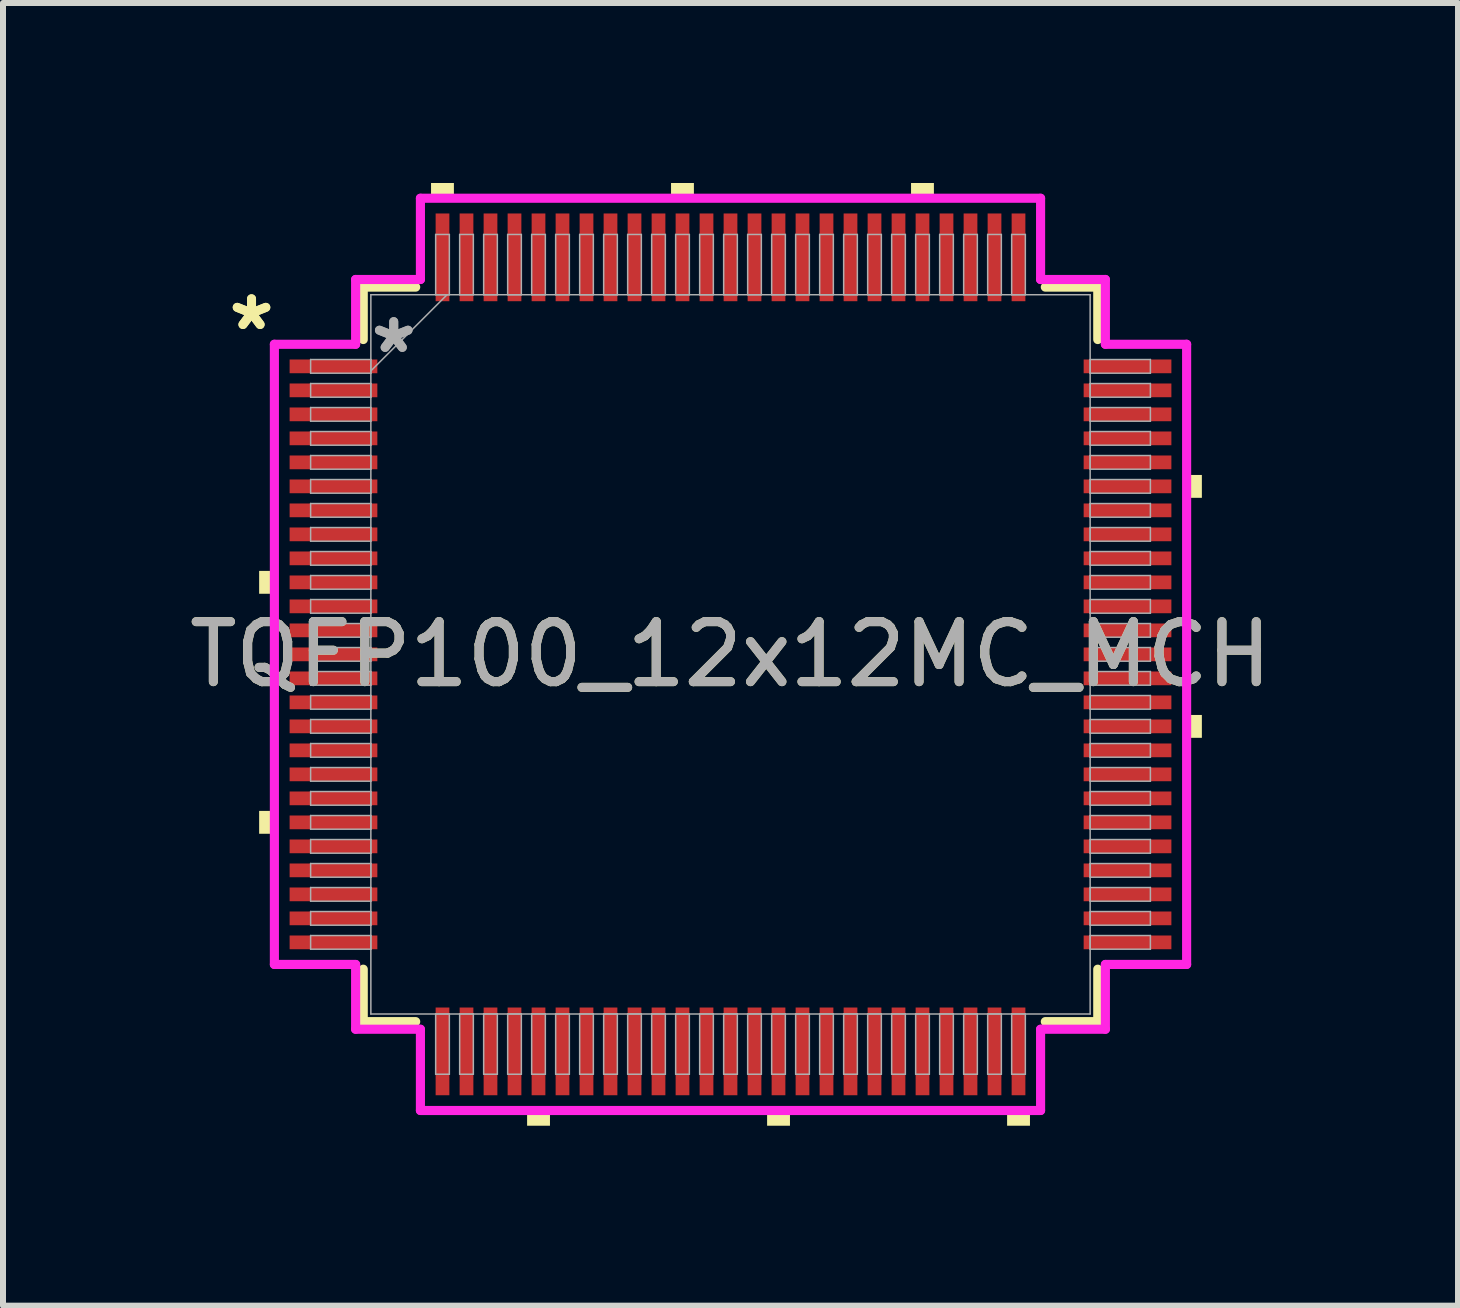
<source format=kicad_pcb>
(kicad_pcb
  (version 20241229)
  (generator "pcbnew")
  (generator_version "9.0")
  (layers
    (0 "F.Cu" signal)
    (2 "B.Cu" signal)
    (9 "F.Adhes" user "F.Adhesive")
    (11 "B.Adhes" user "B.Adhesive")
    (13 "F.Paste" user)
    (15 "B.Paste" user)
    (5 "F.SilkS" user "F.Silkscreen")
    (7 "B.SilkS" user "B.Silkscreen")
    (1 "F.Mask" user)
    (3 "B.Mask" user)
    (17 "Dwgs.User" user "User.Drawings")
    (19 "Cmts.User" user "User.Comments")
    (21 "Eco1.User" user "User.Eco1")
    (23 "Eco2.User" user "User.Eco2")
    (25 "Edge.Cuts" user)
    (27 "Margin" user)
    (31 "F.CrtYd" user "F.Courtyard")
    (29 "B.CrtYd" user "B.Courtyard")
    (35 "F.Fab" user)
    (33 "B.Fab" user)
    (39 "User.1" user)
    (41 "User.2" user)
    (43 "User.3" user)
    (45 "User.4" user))
  (footprint "TQFP100_12x12MC_MCH"
    (layer "F.Cu")
    (at 9.125 7.856)
    (property "Reference" "TQFP100_12x12MC_MCH" (at 0 0 0) (unlocked yes) (layer "F.SilkS") (effects (font (size 1 1) (thickness 0.15))))
    (attr smd)
    (fp_line (start -6.121 -6.121) (end -6.121 -5.247) (stroke (width 0.152) (type solid)) (layer "F.SilkS"))
    (fp_line (start -6.121 5.247) (end -6.121 6.121) (stroke (width 0.152) (type solid)) (layer "F.SilkS"))
    (fp_line (start -6.121 6.121) (end -5.247 6.121) (stroke (width 0.152) (type solid)) (layer "F.SilkS"))
    (fp_line (start -5.247 -6.121) (end -6.121 -6.121) (stroke (width 0.152) (type solid)) (layer "F.SilkS"))
    (fp_line (start 5.247 6.121) (end 6.121 6.121) (stroke (width 0.152) (type solid)) (layer "F.SilkS"))
    (fp_line (start 6.121 -6.121) (end 5.247 -6.121) (stroke (width 0.152) (type solid)) (layer "F.SilkS"))
    (fp_line (start 6.121 -5.247) (end 6.121 -6.121) (stroke (width 0.152) (type solid)) (layer "F.SilkS"))
    (fp_line (start 6.121 6.121) (end 6.121 5.247) (stroke (width 0.152) (type solid)) (layer "F.SilkS"))
    (fp_poly (pts (xy -7.856 -1.391) (xy -7.856 -1.01) (xy -7.602 -1.01) (xy -7.602 -1.391)) (stroke (width 0) (type solid)) (fill yes) (layer "F.SilkS"))
    (fp_poly (pts (xy -7.856 2.609) (xy -7.856 2.99) (xy -7.602 2.99) (xy -7.602 2.609)) (stroke (width 0) (type solid)) (fill yes) (layer "F.SilkS"))
    (fp_poly (pts (xy -4.991 -7.602) (xy -4.991 -7.856) (xy -4.61 -7.856) (xy -4.61 -7.602)) (stroke (width 0) (type solid)) (fill yes) (layer "F.SilkS"))
    (fp_poly (pts (xy -3.39 7.602) (xy -3.39 7.856) (xy -3.009 7.856) (xy -3.009 7.602)) (stroke (width 0) (type solid)) (fill yes) (layer "F.SilkS"))
    (fp_poly (pts (xy -0.991 -7.602) (xy -0.991 -7.856) (xy -0.61 -7.856) (xy -0.61 -7.602)) (stroke (width 0) (type solid)) (fill yes) (layer "F.SilkS"))
    (fp_poly (pts (xy 0.61 7.602) (xy 0.61 7.856) (xy 0.991 7.856) (xy 0.991 7.602)) (stroke (width 0) (type solid)) (fill yes) (layer "F.SilkS"))
    (fp_poly (pts (xy 3.009 -7.602) (xy 3.009 -7.856) (xy 3.39 -7.856) (xy 3.39 -7.602)) (stroke (width 0) (type solid)) (fill yes) (layer "F.SilkS"))
    (fp_poly (pts (xy 4.61 7.602) (xy 4.61 7.856) (xy 4.991 7.856) (xy 4.991 7.602)) (stroke (width 0) (type solid)) (fill yes) (layer "F.SilkS"))
    (fp_poly (pts (xy 7.856 -2.99) (xy 7.856 -2.609) (xy 7.602 -2.609) (xy 7.602 -2.99)) (stroke (width 0) (type solid)) (fill yes) (layer "F.SilkS"))
    (fp_poly (pts (xy 7.856 1.01) (xy 7.856 1.391) (xy 7.602 1.391) (xy 7.602 1.01)) (stroke (width 0) (type solid)) (fill yes) (layer "F.SilkS"))
    (fp_line (start -7.602 -5.168) (end -6.248 -5.168) (stroke (width 0.152) (type solid)) (layer "F.CrtYd"))
    (fp_line (start -7.602 5.168) (end -7.602 -5.168) (stroke (width 0.152) (type solid)) (layer "F.CrtYd"))
    (fp_line (start -6.248 -6.248) (end -5.168 -6.248) (stroke (width 0.152) (type solid)) (layer "F.CrtYd"))
    (fp_line (start -6.248 -5.168) (end -6.248 -6.248) (stroke (width 0.152) (type solid)) (layer "F.CrtYd"))
    (fp_line (start -6.248 5.168) (end -7.602 5.168) (stroke (width 0.152) (type solid)) (layer "F.CrtYd"))
    (fp_line (start -6.248 6.248) (end -6.248 5.168) (stroke (width 0.152) (type solid)) (layer "F.CrtYd"))
    (fp_line (start -6.248 6.248) (end -5.168 6.248) (stroke (width 0.152) (type solid)) (layer "F.CrtYd"))
    (fp_line (start -5.168 -7.602) (end 5.168 -7.602) (stroke (width 0.152) (type solid)) (layer "F.CrtYd"))
    (fp_line (start -5.168 -6.248) (end -5.168 -7.602) (stroke (width 0.152) (type solid)) (layer "F.CrtYd"))
    (fp_line (start -5.168 6.248) (end -5.168 7.602) (stroke (width 0.152) (type solid)) (layer "F.CrtYd"))
    (fp_line (start -5.168 7.602) (end 5.168 7.602) (stroke (width 0.152) (type solid)) (layer "F.CrtYd"))
    (fp_line (start 5.168 -7.602) (end 5.168 -6.248) (stroke (width 0.152) (type solid)) (layer "F.CrtYd"))
    (fp_line (start 5.168 -6.248) (end 6.248 -6.248) (stroke (width 0.152) (type solid)) (layer "F.CrtYd"))
    (fp_line (start 5.168 6.248) (end 6.248 6.248) (stroke (width 0.152) (type solid)) (layer "F.CrtYd"))
    (fp_line (start 5.168 7.602) (end 5.168 6.248) (stroke (width 0.152) (type solid)) (layer "F.CrtYd"))
    (fp_line (start 6.248 -5.168) (end 6.248 -6.248) (stroke (width 0.152) (type solid)) (layer "F.CrtYd"))
    (fp_line (start 6.248 5.168) (end 7.602 5.168) (stroke (width 0.152) (type solid)) (layer "F.CrtYd"))
    (fp_line (start 6.248 6.248) (end 6.248 5.168) (stroke (width 0.152) (type solid)) (layer "F.CrtYd"))
    (fp_line (start 7.602 -5.168) (end 6.248 -5.168) (stroke (width 0.152) (type solid)) (layer "F.CrtYd"))
    (fp_line (start 7.602 5.168) (end 7.602 -5.168) (stroke (width 0.152) (type solid)) (layer "F.CrtYd"))
    (fp_line (start -6.998 -4.914) (end -6.998 -4.686) (stroke (width 0.025) (type solid)) (layer "F.Fab"))
    (fp_line (start -6.998 -4.686) (end -5.994 -4.686) (stroke (width 0.025) (type solid)) (layer "F.Fab"))
    (fp_line (start -6.998 -4.514) (end -6.998 -4.286) (stroke (width 0.025) (type solid)) (layer "F.Fab"))
    (fp_line (start -6.998 -4.286) (end -5.994 -4.286) (stroke (width 0.025) (type solid)) (layer "F.Fab"))
    (fp_line (start -6.998 -4.114) (end -6.998 -3.886) (stroke (width 0.025) (type solid)) (layer "F.Fab"))
    (fp_line (start -6.998 -3.886) (end -5.994 -3.886) (stroke (width 0.025) (type solid)) (layer "F.Fab"))
    (fp_line (start -6.998 -3.714) (end -6.998 -3.486) (stroke (width 0.025) (type solid)) (layer "F.Fab"))
    (fp_line (start -6.998 -3.486) (end -5.994 -3.486) (stroke (width 0.025) (type solid)) (layer "F.Fab"))
    (fp_line (start -6.998 -3.314) (end -6.998 -3.086) (stroke (width 0.025) (type solid)) (layer "F.Fab"))
    (fp_line (start -6.998 -3.086) (end -5.994 -3.086) (stroke (width 0.025) (type solid)) (layer "F.Fab"))
    (fp_line (start -6.998 -2.914) (end -6.998 -2.686) (stroke (width 0.025) (type solid)) (layer "F.Fab"))
    (fp_line (start -6.998 -2.686) (end -5.994 -2.686) (stroke (width 0.025) (type solid)) (layer "F.Fab"))
    (fp_line (start -6.998 -2.514) (end -6.998 -2.286) (stroke (width 0.025) (type solid)) (layer "F.Fab"))
    (fp_line (start -6.998 -2.286) (end -5.994 -2.286) (stroke (width 0.025) (type solid)) (layer "F.Fab"))
    (fp_line (start -6.998 -2.114) (end -6.998 -1.886) (stroke (width 0.025) (type solid)) (layer "F.Fab"))
    (fp_line (start -6.998 -1.886) (end -5.994 -1.886) (stroke (width 0.025) (type solid)) (layer "F.Fab"))
    (fp_line (start -6.998 -1.714) (end -6.998 -1.486) (stroke (width 0.025) (type solid)) (layer "F.Fab"))
    (fp_line (start -6.998 -1.486) (end -5.994 -1.486) (stroke (width 0.025) (type solid)) (layer "F.Fab"))
    (fp_line (start -6.998 -1.314) (end -6.998 -1.086) (stroke (width 0.025) (type solid)) (layer "F.Fab"))
    (fp_line (start -6.998 -1.086) (end -5.994 -1.086) (stroke (width 0.025) (type solid)) (layer "F.Fab"))
    (fp_line (start -6.998 -0.914) (end -6.998 -0.686) (stroke (width 0.025) (type solid)) (layer "F.Fab"))
    (fp_line (start -6.998 -0.686) (end -5.994 -0.686) (stroke (width 0.025) (type solid)) (layer "F.Fab"))
    (fp_line (start -6.998 -0.514) (end -6.998 -0.286) (stroke (width 0.025) (type solid)) (layer "F.Fab"))
    (fp_line (start -6.998 -0.286) (end -5.994 -0.286) (stroke (width 0.025) (type solid)) (layer "F.Fab"))
    (fp_line (start -6.998 -0.114) (end -6.998 0.114) (stroke (width 0.025) (type solid)) (layer "F.Fab"))
    (fp_line (start -6.998 0.114) (end -5.994 0.114) (stroke (width 0.025) (type solid)) (layer "F.Fab"))
    (fp_line (start -6.998 0.286) (end -6.998 0.514) (stroke (width 0.025) (type solid)) (layer "F.Fab"))
    (fp_line (start -6.998 0.514) (end -5.994 0.514) (stroke (width 0.025) (type solid)) (layer "F.Fab"))
    (fp_line (start -6.998 0.686) (end -6.998 0.914) (stroke (width 0.025) (type solid)) (layer "F.Fab"))
    (fp_line (start -6.998 0.914) (end -5.994 0.914) (stroke (width 0.025) (type solid)) (layer "F.Fab"))
    (fp_line (start -6.998 1.086) (end -6.998 1.314) (stroke (width 0.025) (type solid)) (layer "F.Fab"))
    (fp_line (start -6.998 1.314) (end -5.994 1.314) (stroke (width 0.025) (type solid)) (layer "F.Fab"))
    (fp_line (start -6.998 1.486) (end -6.998 1.714) (stroke (width 0.025) (type solid)) (layer "F.Fab"))
    (fp_line (start -6.998 1.714) (end -5.994 1.714) (stroke (width 0.025) (type solid)) (layer "F.Fab"))
    (fp_line (start -6.998 1.886) (end -6.998 2.114) (stroke (width 0.025) (type solid)) (layer "F.Fab"))
    (fp_line (start -6.998 2.114) (end -5.994 2.114) (stroke (width 0.025) (type solid)) (layer "F.Fab"))
    (fp_line (start -6.998 2.286) (end -6.998 2.514) (stroke (width 0.025) (type solid)) (layer "F.Fab"))
    (fp_line (start -6.998 2.514) (end -5.994 2.514) (stroke (width 0.025) (type solid)) (layer "F.Fab"))
    (fp_line (start -6.998 2.686) (end -6.998 2.914) (stroke (width 0.025) (type solid)) (layer "F.Fab"))
    (fp_line (start -6.998 2.914) (end -5.994 2.914) (stroke (width 0.025) (type solid)) (layer "F.Fab"))
    (fp_line (start -6.998 3.086) (end -6.998 3.314) (stroke (width 0.025) (type solid)) (layer "F.Fab"))
    (fp_line (start -6.998 3.314) (end -5.994 3.314) (stroke (width 0.025) (type solid)) (layer "F.Fab"))
    (fp_line (start -6.998 3.486) (end -6.998 3.714) (stroke (width 0.025) (type solid)) (layer "F.Fab"))
    (fp_line (start -6.998 3.714) (end -5.994 3.714) (stroke (width 0.025) (type solid)) (layer "F.Fab"))
    (fp_line (start -6.998 3.886) (end -6.998 4.114) (stroke (width 0.025) (type solid)) (layer "F.Fab"))
    (fp_line (start -6.998 4.114) (end -5.994 4.114) (stroke (width 0.025) (type solid)) (layer "F.Fab"))
    (fp_line (start -6.998 4.286) (end -6.998 4.514) (stroke (width 0.025) (type solid)) (layer "F.Fab"))
    (fp_line (start -6.998 4.514) (end -5.994 4.514) (stroke (width 0.025) (type solid)) (layer "F.Fab"))
    (fp_line (start -6.998 4.686) (end -6.998 4.914) (stroke (width 0.025) (type solid)) (layer "F.Fab"))
    (fp_line (start -6.998 4.914) (end -5.994 4.914) (stroke (width 0.025) (type solid)) (layer "F.Fab"))
    (fp_line (start -5.994 -5.994) (end -5.994 5.994) (stroke (width 0.025) (type solid)) (layer "F.Fab"))
    (fp_line (start -5.994 -4.914) (end -6.998 -4.914) (stroke (width 0.025) (type solid)) (layer "F.Fab"))
    (fp_line (start -5.994 -4.724) (end -4.724 -5.994) (stroke (width 0.025) (type solid)) (layer "F.Fab"))
    (fp_line (start -5.994 -4.686) (end -5.994 -4.914) (stroke (width 0.025) (type solid)) (layer "F.Fab"))
    (fp_line (start -5.994 -4.514) (end -6.998 -4.514) (stroke (width 0.025) (type solid)) (layer "F.Fab"))
    (fp_line (start -5.994 -4.286) (end -5.994 -4.514) (stroke (width 0.025) (type solid)) (layer "F.Fab"))
    (fp_line (start -5.994 -4.114) (end -6.998 -4.114) (stroke (width 0.025) (type solid)) (layer "F.Fab"))
    (fp_line (start -5.994 -3.886) (end -5.994 -4.114) (stroke (width 0.025) (type solid)) (layer "F.Fab"))
    (fp_line (start -5.994 -3.714) (end -6.998 -3.714) (stroke (width 0.025) (type solid)) (layer "F.Fab"))
    (fp_line (start -5.994 -3.486) (end -5.994 -3.714) (stroke (width 0.025) (type solid)) (layer "F.Fab"))
    (fp_line (start -5.994 -3.314) (end -6.998 -3.314) (stroke (width 0.025) (type solid)) (layer "F.Fab"))
    (fp_line (start -5.994 -3.086) (end -5.994 -3.314) (stroke (width 0.025) (type solid)) (layer "F.Fab"))
    (fp_line (start -5.994 -2.914) (end -6.998 -2.914) (stroke (width 0.025) (type solid)) (layer "F.Fab"))
    (fp_line (start -5.994 -2.686) (end -5.994 -2.914) (stroke (width 0.025) (type solid)) (layer "F.Fab"))
    (fp_line (start -5.994 -2.514) (end -6.998 -2.514) (stroke (width 0.025) (type solid)) (layer "F.Fab"))
    (fp_line (start -5.994 -2.286) (end -5.994 -2.514) (stroke (width 0.025) (type solid)) (layer "F.Fab"))
    (fp_line (start -5.994 -2.114) (end -6.998 -2.114) (stroke (width 0.025) (type solid)) (layer "F.Fab"))
    (fp_line (start -5.994 -1.886) (end -5.994 -2.114) (stroke (width 0.025) (type solid)) (layer "F.Fab"))
    (fp_line (start -5.994 -1.714) (end -6.998 -1.714) (stroke (width 0.025) (type solid)) (layer "F.Fab"))
    (fp_line (start -5.994 -1.486) (end -5.994 -1.714) (stroke (width 0.025) (type solid)) (layer "F.Fab"))
    (fp_line (start -5.994 -1.314) (end -6.998 -1.314) (stroke (width 0.025) (type solid)) (layer "F.Fab"))
    (fp_line (start -5.994 -1.086) (end -5.994 -1.314) (stroke (width 0.025) (type solid)) (layer "F.Fab"))
    (fp_line (start -5.994 -0.914) (end -6.998 -0.914) (stroke (width 0.025) (type solid)) (layer "F.Fab"))
    (fp_line (start -5.994 -0.686) (end -5.994 -0.914) (stroke (width 0.025) (type solid)) (layer "F.Fab"))
    (fp_line (start -5.994 -0.514) (end -6.998 -0.514) (stroke (width 0.025) (type solid)) (layer "F.Fab"))
    (fp_line (start -5.994 -0.286) (end -5.994 -0.514) (stroke (width 0.025) (type solid)) (layer "F.Fab"))
    (fp_line (start -5.994 -0.114) (end -6.998 -0.114) (stroke (width 0.025) (type solid)) (layer "F.Fab"))
    (fp_line (start -5.994 0.114) (end -5.994 -0.114) (stroke (width 0.025) (type solid)) (layer "F.Fab"))
    (fp_line (start -5.994 0.286) (end -6.998 0.286) (stroke (width 0.025) (type solid)) (layer "F.Fab"))
    (fp_line (start -5.994 0.514) (end -5.994 0.286) (stroke (width 0.025) (type solid)) (layer "F.Fab"))
    (fp_line (start -5.994 0.686) (end -6.998 0.686) (stroke (width 0.025) (type solid)) (layer "F.Fab"))
    (fp_line (start -5.994 0.914) (end -5.994 0.686) (stroke (width 0.025) (type solid)) (layer "F.Fab"))
    (fp_line (start -5.994 1.086) (end -6.998 1.086) (stroke (width 0.025) (type solid)) (layer "F.Fab"))
    (fp_line (start -5.994 1.314) (end -5.994 1.086) (stroke (width 0.025) (type solid)) (layer "F.Fab"))
    (fp_line (start -5.994 1.486) (end -6.998 1.486) (stroke (width 0.025) (type solid)) (layer "F.Fab"))
    (fp_line (start -5.994 1.714) (end -5.994 1.486) (stroke (width 0.025) (type solid)) (layer "F.Fab"))
    (fp_line (start -5.994 1.886) (end -6.998 1.886) (stroke (width 0.025) (type solid)) (layer "F.Fab"))
    (fp_line (start -5.994 2.114) (end -5.994 1.886) (stroke (width 0.025) (type solid)) (layer "F.Fab"))
    (fp_line (start -5.994 2.286) (end -6.998 2.286) (stroke (width 0.025) (type solid)) (layer "F.Fab"))
    (fp_line (start -5.994 2.514) (end -5.994 2.286) (stroke (width 0.025) (type solid)) (layer "F.Fab"))
    (fp_line (start -5.994 2.686) (end -6.998 2.686) (stroke (width 0.025) (type solid)) (layer "F.Fab"))
    (fp_line (start -5.994 2.914) (end -5.994 2.686) (stroke (width 0.025) (type solid)) (layer "F.Fab"))
    (fp_line (start -5.994 3.086) (end -6.998 3.086) (stroke (width 0.025) (type solid)) (layer "F.Fab"))
    (fp_line (start -5.994 3.314) (end -5.994 3.086) (stroke (width 0.025) (type solid)) (layer "F.Fab"))
    (fp_line (start -5.994 3.486) (end -6.998 3.486) (stroke (width 0.025) (type solid)) (layer "F.Fab"))
    (fp_line (start -5.994 3.714) (end -5.994 3.486) (stroke (width 0.025) (type solid)) (layer "F.Fab"))
    (fp_line (start -5.994 3.886) (end -6.998 3.886) (stroke (width 0.025) (type solid)) (layer "F.Fab"))
    (fp_line (start -5.994 4.114) (end -5.994 3.886) (stroke (width 0.025) (type solid)) (layer "F.Fab"))
    (fp_line (start -5.994 4.286) (end -6.998 4.286) (stroke (width 0.025) (type solid)) (layer "F.Fab"))
    (fp_line (start -5.994 4.514) (end -5.994 4.286) (stroke (width 0.025) (type solid)) (layer "F.Fab"))
    (fp_line (start -5.994 4.686) (end -6.998 4.686) (stroke (width 0.025) (type solid)) (layer "F.Fab"))
    (fp_line (start -5.994 4.914) (end -5.994 4.686) (stroke (width 0.025) (type solid)) (layer "F.Fab"))
    (fp_line (start -5.994 5.994) (end 5.994 5.994) (stroke (width 0.025) (type solid)) (layer "F.Fab"))
    (fp_line (start -4.914 5.994) (end -4.914 6.998) (stroke (width 0.025) (type solid)) (layer "F.Fab"))
    (fp_line (start -4.914 6.998) (end -4.686 6.998) (stroke (width 0.025) (type solid)) (layer "F.Fab"))
    (fp_line (start -4.914 -6.998) (end -4.914 -5.994) (stroke (width 0.025) (type solid)) (layer "F.Fab"))
    (fp_line (start -4.914 -5.994) (end -4.686 -5.994) (stroke (width 0.025) (type solid)) (layer "F.Fab"))
    (fp_line (start -4.686 5.994) (end -4.914 5.994) (stroke (width 0.025) (type solid)) (layer "F.Fab"))
    (fp_line (start -4.686 6.998) (end -4.686 5.994) (stroke (width 0.025) (type solid)) (layer "F.Fab"))
    (fp_line (start -4.686 -6.998) (end -4.914 -6.998) (stroke (width 0.025) (type solid)) (layer "F.Fab"))
    (fp_line (start -4.686 -5.994) (end -4.686 -6.998) (stroke (width 0.025) (type solid)) (layer "F.Fab"))
    (fp_line (start -4.514 5.994) (end -4.514 6.998) (stroke (width 0.025) (type solid)) (layer "F.Fab"))
    (fp_line (start -4.514 6.998) (end -4.286 6.998) (stroke (width 0.025) (type solid)) (layer "F.Fab"))
    (fp_line (start -4.514 -6.998) (end -4.514 -5.994) (stroke (width 0.025) (type solid)) (layer "F.Fab"))
    (fp_line (start -4.514 -5.994) (end -4.286 -5.994) (stroke (width 0.025) (type solid)) (layer "F.Fab"))
    (fp_line (start -4.286 5.994) (end -4.514 5.994) (stroke (width 0.025) (type solid)) (layer "F.Fab"))
    (fp_line (start -4.286 6.998) (end -4.286 5.994) (stroke (width 0.025) (type solid)) (layer "F.Fab"))
    (fp_line (start -4.286 -6.998) (end -4.514 -6.998) (stroke (width 0.025) (type solid)) (layer "F.Fab"))
    (fp_line (start -4.286 -5.994) (end -4.286 -6.998) (stroke (width 0.025) (type solid)) (layer "F.Fab"))
    (fp_line (start -4.114 5.994) (end -4.114 6.998) (stroke (width 0.025) (type solid)) (layer "F.Fab"))
    (fp_line (start -4.114 6.998) (end -3.886 6.998) (stroke (width 0.025) (type solid)) (layer "F.Fab"))
    (fp_line (start -4.114 -6.998) (end -4.114 -5.994) (stroke (width 0.025) (type solid)) (layer "F.Fab"))
    (fp_line (start -4.114 -5.994) (end -3.886 -5.994) (stroke (width 0.025) (type solid)) (layer "F.Fab"))
    (fp_line (start -3.886 5.994) (end -4.114 5.994) (stroke (width 0.025) (type solid)) (layer "F.Fab"))
    (fp_line (start -3.886 6.998) (end -3.886 5.994) (stroke (width 0.025) (type solid)) (layer "F.Fab"))
    (fp_line (start -3.886 -6.998) (end -4.114 -6.998) (stroke (width 0.025) (type solid)) (layer "F.Fab"))
    (fp_line (start -3.886 -5.994) (end -3.886 -6.998) (stroke (width 0.025) (type solid)) (layer "F.Fab"))
    (fp_line (start -3.714 5.994) (end -3.714 6.998) (stroke (width 0.025) (type solid)) (layer "F.Fab"))
    (fp_line (start -3.714 6.998) (end -3.486 6.998) (stroke (width 0.025) (type solid)) (layer "F.Fab"))
    (fp_line (start -3.714 -6.998) (end -3.714 -5.994) (stroke (width 0.025) (type solid)) (layer "F.Fab"))
    (fp_line (start -3.714 -5.994) (end -3.486 -5.994) (stroke (width 0.025) (type solid)) (layer "F.Fab"))
    (fp_line (start -3.486 5.994) (end -3.714 5.994) (stroke (width 0.025) (type solid)) (layer "F.Fab"))
    (fp_line (start -3.486 6.998) (end -3.486 5.994) (stroke (width 0.025) (type solid)) (layer "F.Fab"))
    (fp_line (start -3.486 -6.998) (end -3.714 -6.998) (stroke (width 0.025) (type solid)) (layer "F.Fab"))
    (fp_line (start -3.486 -5.994) (end -3.486 -6.998) (stroke (width 0.025) (type solid)) (layer "F.Fab"))
    (fp_line (start -3.314 5.994) (end -3.314 6.998) (stroke (width 0.025) (type solid)) (layer "F.Fab"))
    (fp_line (start -3.314 6.998) (end -3.086 6.998) (stroke (width 0.025) (type solid)) (layer "F.Fab"))
    (fp_line (start -3.314 -6.998) (end -3.314 -5.994) (stroke (width 0.025) (type solid)) (layer "F.Fab"))
    (fp_line (start -3.314 -5.994) (end -3.086 -5.994) (stroke (width 0.025) (type solid)) (layer "F.Fab"))
    (fp_line (start -3.086 5.994) (end -3.314 5.994) (stroke (width 0.025) (type solid)) (layer "F.Fab"))
    (fp_line (start -3.086 6.998) (end -3.086 5.994) (stroke (width 0.025) (type solid)) (layer "F.Fab"))
    (fp_line (start -3.086 -6.998) (end -3.314 -6.998) (stroke (width 0.025) (type solid)) (layer "F.Fab"))
    (fp_line (start -3.086 -5.994) (end -3.086 -6.998) (stroke (width 0.025) (type solid)) (layer "F.Fab"))
    (fp_line (start -2.914 5.994) (end -2.914 6.998) (stroke (width 0.025) (type solid)) (layer "F.Fab"))
    (fp_line (start -2.914 6.998) (end -2.686 6.998) (stroke (width 0.025) (type solid)) (layer "F.Fab"))
    (fp_line (start -2.914 -6.998) (end -2.914 -5.994) (stroke (width 0.025) (type solid)) (layer "F.Fab"))
    (fp_line (start -2.914 -5.994) (end -2.686 -5.994) (stroke (width 0.025) (type solid)) (layer "F.Fab"))
    (fp_line (start -2.686 5.994) (end -2.914 5.994) (stroke (width 0.025) (type solid)) (layer "F.Fab"))
    (fp_line (start -2.686 6.998) (end -2.686 5.994) (stroke (width 0.025) (type solid)) (layer "F.Fab"))
    (fp_line (start -2.686 -6.998) (end -2.914 -6.998) (stroke (width 0.025) (type solid)) (layer "F.Fab"))
    (fp_line (start -2.686 -5.994) (end -2.686 -6.998) (stroke (width 0.025) (type solid)) (layer "F.Fab"))
    (fp_line (start -2.514 -6.998) (end -2.514 -5.994) (stroke (width 0.025) (type solid)) (layer "F.Fab"))
    (fp_line (start -2.514 -5.994) (end -2.286 -5.994) (stroke (width 0.025) (type solid)) (layer "F.Fab"))
    (fp_line (start -2.514 5.994) (end -2.514 6.998) (stroke (width 0.025) (type solid)) (layer "F.Fab"))
    (fp_line (start -2.514 6.998) (end -2.286 6.998) (stroke (width 0.025) (type solid)) (layer "F.Fab"))
    (fp_line (start -2.286 -6.998) (end -2.514 -6.998) (stroke (width 0.025) (type solid)) (layer "F.Fab"))
    (fp_line (start -2.286 -5.994) (end -2.286 -6.998) (stroke (width 0.025) (type solid)) (layer "F.Fab"))
    (fp_line (start -2.286 5.994) (end -2.514 5.994) (stroke (width 0.025) (type solid)) (layer "F.Fab"))
    (fp_line (start -2.286 6.998) (end -2.286 5.994) (stroke (width 0.025) (type solid)) (layer "F.Fab"))
    (fp_line (start -2.114 -6.998) (end -2.114 -5.994) (stroke (width 0.025) (type solid)) (layer "F.Fab"))
    (fp_line (start -2.114 -5.994) (end -1.886 -5.994) (stroke (width 0.025) (type solid)) (layer "F.Fab"))
    (fp_line (start -2.114 5.994) (end -2.114 6.998) (stroke (width 0.025) (type solid)) (layer "F.Fab"))
    (fp_line (start -2.114 6.998) (end -1.886 6.998) (stroke (width 0.025) (type solid)) (layer "F.Fab"))
    (fp_line (start -1.886 -6.998) (end -2.114 -6.998) (stroke (width 0.025) (type solid)) (layer "F.Fab"))
    (fp_line (start -1.886 -5.994) (end -1.886 -6.998) (stroke (width 0.025) (type solid)) (layer "F.Fab"))
    (fp_line (start -1.886 5.994) (end -2.114 5.994) (stroke (width 0.025) (type solid)) (layer "F.Fab"))
    (fp_line (start -1.886 6.998) (end -1.886 5.994) (stroke (width 0.025) (type solid)) (layer "F.Fab"))
    (fp_line (start -1.714 -6.998) (end -1.714 -5.994) (stroke (width 0.025) (type solid)) (layer "F.Fab"))
    (fp_line (start -1.714 -5.994) (end -1.486 -5.994) (stroke (width 0.025) (type solid)) (layer "F.Fab"))
    (fp_line (start -1.714 5.994) (end -1.714 6.998) (stroke (width 0.025) (type solid)) (layer "F.Fab"))
    (fp_line (start -1.714 6.998) (end -1.486 6.998) (stroke (width 0.025) (type solid)) (layer "F.Fab"))
    (fp_line (start -1.486 -6.998) (end -1.714 -6.998) (stroke (width 0.025) (type solid)) (layer "F.Fab"))
    (fp_line (start -1.486 -5.994) (end -1.486 -6.998) (stroke (width 0.025) (type solid)) (layer "F.Fab"))
    (fp_line (start -1.486 5.994) (end -1.714 5.994) (stroke (width 0.025) (type solid)) (layer "F.Fab"))
    (fp_line (start -1.486 6.998) (end -1.486 5.994) (stroke (width 0.025) (type solid)) (layer "F.Fab"))
    (fp_line (start -1.314 -6.998) (end -1.314 -5.994) (stroke (width 0.025) (type solid)) (layer "F.Fab"))
    (fp_line (start -1.314 -5.994) (end -1.086 -5.994) (stroke (width 0.025) (type solid)) (layer "F.Fab"))
    (fp_line (start -1.314 5.994) (end -1.314 6.998) (stroke (width 0.025) (type solid)) (layer "F.Fab"))
    (fp_line (start -1.314 6.998) (end -1.086 6.998) (stroke (width 0.025) (type solid)) (layer "F.Fab"))
    (fp_line (start -1.086 -6.998) (end -1.314 -6.998) (stroke (width 0.025) (type solid)) (layer "F.Fab"))
    (fp_line (start -1.086 -5.994) (end -1.086 -6.998) (stroke (width 0.025) (type solid)) (layer "F.Fab"))
    (fp_line (start -1.086 5.994) (end -1.314 5.994) (stroke (width 0.025) (type solid)) (layer "F.Fab"))
    (fp_line (start -1.086 6.998) (end -1.086 5.994) (stroke (width 0.025) (type solid)) (layer "F.Fab"))
    (fp_line (start -0.914 -6.998) (end -0.914 -5.994) (stroke (width 0.025) (type solid)) (layer "F.Fab"))
    (fp_line (start -0.914 -5.994) (end -0.686 -5.994) (stroke (width 0.025) (type solid)) (layer "F.Fab"))
    (fp_line (start -0.914 5.994) (end -0.914 6.998) (stroke (width 0.025) (type solid)) (layer "F.Fab"))
    (fp_line (start -0.914 6.998) (end -0.686 6.998) (stroke (width 0.025) (type solid)) (layer "F.Fab"))
    (fp_line (start -0.686 -6.998) (end -0.914 -6.998) (stroke (width 0.025) (type solid)) (layer "F.Fab"))
    (fp_line (start -0.686 -5.994) (end -0.686 -6.998) (stroke (width 0.025) (type solid)) (layer "F.Fab"))
    (fp_line (start -0.686 5.994) (end -0.914 5.994) (stroke (width 0.025) (type solid)) (layer "F.Fab"))
    (fp_line (start -0.686 6.998) (end -0.686 5.994) (stroke (width 0.025) (type solid)) (layer "F.Fab"))
    (fp_line (start -0.514 -6.998) (end -0.514 -5.994) (stroke (width 0.025) (type solid)) (layer "F.Fab"))
    (fp_line (start -0.514 -5.994) (end -0.286 -5.994) (stroke (width 0.025) (type solid)) (layer "F.Fab"))
    (fp_line (start -0.514 5.994) (end -0.514 6.998) (stroke (width 0.025) (type solid)) (layer "F.Fab"))
    (fp_line (start -0.514 6.998) (end -0.286 6.998) (stroke (width 0.025) (type solid)) (layer "F.Fab"))
    (fp_line (start -0.286 -6.998) (end -0.514 -6.998) (stroke (width 0.025) (type solid)) (layer "F.Fab"))
    (fp_line (start -0.286 -5.994) (end -0.286 -6.998) (stroke (width 0.025) (type solid)) (layer "F.Fab"))
    (fp_line (start -0.286 5.994) (end -0.514 5.994) (stroke (width 0.025) (type solid)) (layer "F.Fab"))
    (fp_line (start -0.286 6.998) (end -0.286 5.994) (stroke (width 0.025) (type solid)) (layer "F.Fab"))
    (fp_line (start -0.114 -6.998) (end -0.114 -5.994) (stroke (width 0.025) (type solid)) (layer "F.Fab"))
    (fp_line (start -0.114 -5.994) (end 0.114 -5.994) (stroke (width 0.025) (type solid)) (layer "F.Fab"))
    (fp_line (start -0.114 5.994) (end -0.114 6.998) (stroke (width 0.025) (type solid)) (layer "F.Fab"))
    (fp_line (start -0.114 6.998) (end 0.114 6.998) (stroke (width 0.025) (type solid)) (layer "F.Fab"))
    (fp_line (start 0.114 -6.998) (end -0.114 -6.998) (stroke (width 0.025) (type solid)) (layer "F.Fab"))
    (fp_line (start 0.114 -5.994) (end 0.114 -6.998) (stroke (width 0.025) (type solid)) (layer "F.Fab"))
    (fp_line (start 0.114 5.994) (end -0.114 5.994) (stroke (width 0.025) (type solid)) (layer "F.Fab"))
    (fp_line (start 0.114 6.998) (end 0.114 5.994) (stroke (width 0.025) (type solid)) (layer "F.Fab"))
    (fp_line (start 0.286 -6.998) (end 0.286 -5.994) (stroke (width 0.025) (type solid)) (layer "F.Fab"))
    (fp_line (start 0.286 -5.994) (end 0.514 -5.994) (stroke (width 0.025) (type solid)) (layer "F.Fab"))
    (fp_line (start 0.286 5.994) (end 0.286 6.998) (stroke (width 0.025) (type solid)) (layer "F.Fab"))
    (fp_line (start 0.286 6.998) (end 0.514 6.998) (stroke (width 0.025) (type solid)) (layer "F.Fab"))
    (fp_line (start 0.514 -6.998) (end 0.286 -6.998) (stroke (width 0.025) (type solid)) (layer "F.Fab"))
    (fp_line (start 0.514 -5.994) (end 0.514 -6.998) (stroke (width 0.025) (type solid)) (layer "F.Fab"))
    (fp_line (start 0.514 5.994) (end 0.286 5.994) (stroke (width 0.025) (type solid)) (layer "F.Fab"))
    (fp_line (start 0.514 6.998) (end 0.514 5.994) (stroke (width 0.025) (type solid)) (layer "F.Fab"))
    (fp_line (start 0.686 -6.998) (end 0.686 -5.994) (stroke (width 0.025) (type solid)) (layer "F.Fab"))
    (fp_line (start 0.686 -5.994) (end 0.914 -5.994) (stroke (width 0.025) (type solid)) (layer "F.Fab"))
    (fp_line (start 0.686 5.994) (end 0.686 6.998) (stroke (width 0.025) (type solid)) (layer "F.Fab"))
    (fp_line (start 0.686 6.998) (end 0.914 6.998) (stroke (width 0.025) (type solid)) (layer "F.Fab"))
    (fp_line (start 0.914 -6.998) (end 0.686 -6.998) (stroke (width 0.025) (type solid)) (layer "F.Fab"))
    (fp_line (start 0.914 -5.994) (end 0.914 -6.998) (stroke (width 0.025) (type solid)) (layer "F.Fab"))
    (fp_line (start 0.914 5.994) (end 0.686 5.994) (stroke (width 0.025) (type solid)) (layer "F.Fab"))
    (fp_line (start 0.914 6.998) (end 0.914 5.994) (stroke (width 0.025) (type solid)) (layer "F.Fab"))
    (fp_line (start 1.086 -6.998) (end 1.086 -5.994) (stroke (width 0.025) (type solid)) (layer "F.Fab"))
    (fp_line (start 1.086 -5.994) (end 1.314 -5.994) (stroke (width 0.025) (type solid)) (layer "F.Fab"))
    (fp_line (start 1.086 5.994) (end 1.086 6.998) (stroke (width 0.025) (type solid)) (layer "F.Fab"))
    (fp_line (start 1.086 6.998) (end 1.314 6.998) (stroke (width 0.025) (type solid)) (layer "F.Fab"))
    (fp_line (start 1.314 -6.998) (end 1.086 -6.998) (stroke (width 0.025) (type solid)) (layer "F.Fab"))
    (fp_line (start 1.314 -5.994) (end 1.314 -6.998) (stroke (width 0.025) (type solid)) (layer "F.Fab"))
    (fp_line (start 1.314 5.994) (end 1.086 5.994) (stroke (width 0.025) (type solid)) (layer "F.Fab"))
    (fp_line (start 1.314 6.998) (end 1.314 5.994) (stroke (width 0.025) (type solid)) (layer "F.Fab"))
    (fp_line (start 1.486 -6.998) (end 1.486 -5.994) (stroke (width 0.025) (type solid)) (layer "F.Fab"))
    (fp_line (start 1.486 -5.994) (end 1.714 -5.994) (stroke (width 0.025) (type solid)) (layer "F.Fab"))
    (fp_line (start 1.486 5.994) (end 1.486 6.998) (stroke (width 0.025) (type solid)) (layer "F.Fab"))
    (fp_line (start 1.486 6.998) (end 1.714 6.998) (stroke (width 0.025) (type solid)) (layer "F.Fab"))
    (fp_line (start 1.714 -6.998) (end 1.486 -6.998) (stroke (width 0.025) (type solid)) (layer "F.Fab"))
    (fp_line (start 1.714 -5.994) (end 1.714 -6.998) (stroke (width 0.025) (type solid)) (layer "F.Fab"))
    (fp_line (start 1.714 5.994) (end 1.486 5.994) (stroke (width 0.025) (type solid)) (layer "F.Fab"))
    (fp_line (start 1.714 6.998) (end 1.714 5.994) (stroke (width 0.025) (type solid)) (layer "F.Fab"))
    (fp_line (start 1.886 -6.998) (end 1.886 -5.994) (stroke (width 0.025) (type solid)) (layer "F.Fab"))
    (fp_line (start 1.886 -5.994) (end 2.114 -5.994) (stroke (width 0.025) (type solid)) (layer "F.Fab"))
    (fp_line (start 1.886 5.994) (end 1.886 6.998) (stroke (width 0.025) (type solid)) (layer "F.Fab"))
    (fp_line (start 1.886 6.998) (end 2.114 6.998) (stroke (width 0.025) (type solid)) (layer "F.Fab"))
    (fp_line (start 2.114 -6.998) (end 1.886 -6.998) (stroke (width 0.025) (type solid)) (layer "F.Fab"))
    (fp_line (start 2.114 -5.994) (end 2.114 -6.998) (stroke (width 0.025) (type solid)) (layer "F.Fab"))
    (fp_line (start 2.114 5.994) (end 1.886 5.994) (stroke (width 0.025) (type solid)) (layer "F.Fab"))
    (fp_line (start 2.114 6.998) (end 2.114 5.994) (stroke (width 0.025) (type solid)) (layer "F.Fab"))
    (fp_line (start 2.286 -6.998) (end 2.286 -5.994) (stroke (width 0.025) (type solid)) (layer "F.Fab"))
    (fp_line (start 2.286 -5.994) (end 2.514 -5.994) (stroke (width 0.025) (type solid)) (layer "F.Fab"))
    (fp_line (start 2.286 5.994) (end 2.286 6.998) (stroke (width 0.025) (type solid)) (layer "F.Fab"))
    (fp_line (start 2.286 6.998) (end 2.514 6.998) (stroke (width 0.025) (type solid)) (layer "F.Fab"))
    (fp_line (start 2.514 -6.998) (end 2.286 -6.998) (stroke (width 0.025) (type solid)) (layer "F.Fab"))
    (fp_line (start 2.514 -5.994) (end 2.514 -6.998) (stroke (width 0.025) (type solid)) (layer "F.Fab"))
    (fp_line (start 2.514 5.994) (end 2.286 5.994) (stroke (width 0.025) (type solid)) (layer "F.Fab"))
    (fp_line (start 2.514 6.998) (end 2.514 5.994) (stroke (width 0.025) (type solid)) (layer "F.Fab"))
    (fp_line (start 2.686 5.994) (end 2.686 6.998) (stroke (width 0.025) (type solid)) (layer "F.Fab"))
    (fp_line (start 2.686 6.998) (end 2.914 6.998) (stroke (width 0.025) (type solid)) (layer "F.Fab"))
    (fp_line (start 2.686 -6.998) (end 2.686 -5.994) (stroke (width 0.025) (type solid)) (layer "F.Fab"))
    (fp_line (start 2.686 -5.994) (end 2.914 -5.994) (stroke (width 0.025) (type solid)) (layer "F.Fab"))
    (fp_line (start 2.914 5.994) (end 2.686 5.994) (stroke (width 0.025) (type solid)) (layer "F.Fab"))
    (fp_line (start 2.914 6.998) (end 2.914 5.994) (stroke (width 0.025) (type solid)) (layer "F.Fab"))
    (fp_line (start 2.914 -6.998) (end 2.686 -6.998) (stroke (width 0.025) (type solid)) (layer "F.Fab"))
    (fp_line (start 2.914 -5.994) (end 2.914 -6.998) (stroke (width 0.025) (type solid)) (layer "F.Fab"))
    (fp_line (start 3.086 5.994) (end 3.086 6.998) (stroke (width 0.025) (type solid)) (layer "F.Fab"))
    (fp_line (start 3.086 6.998) (end 3.314 6.998) (stroke (width 0.025) (type solid)) (layer "F.Fab"))
    (fp_line (start 3.086 -6.998) (end 3.086 -5.994) (stroke (width 0.025) (type solid)) (layer "F.Fab"))
    (fp_line (start 3.086 -5.994) (end 3.314 -5.994) (stroke (width 0.025) (type solid)) (layer "F.Fab"))
    (fp_line (start 3.314 5.994) (end 3.086 5.994) (stroke (width 0.025) (type solid)) (layer "F.Fab"))
    (fp_line (start 3.314 6.998) (end 3.314 5.994) (stroke (width 0.025) (type solid)) (layer "F.Fab"))
    (fp_line (start 3.314 -6.998) (end 3.086 -6.998) (stroke (width 0.025) (type solid)) (layer "F.Fab"))
    (fp_line (start 3.314 -5.994) (end 3.314 -6.998) (stroke (width 0.025) (type solid)) (layer "F.Fab"))
    (fp_line (start 3.486 5.994) (end 3.486 6.998) (stroke (width 0.025) (type solid)) (layer "F.Fab"))
    (fp_line (start 3.486 6.998) (end 3.714 6.998) (stroke (width 0.025) (type solid)) (layer "F.Fab"))
    (fp_line (start 3.486 -6.998) (end 3.486 -5.994) (stroke (width 0.025) (type solid)) (layer "F.Fab"))
    (fp_line (start 3.486 -5.994) (end 3.714 -5.994) (stroke (width 0.025) (type solid)) (layer "F.Fab"))
    (fp_line (start 3.714 5.994) (end 3.486 5.994) (stroke (width 0.025) (type solid)) (layer "F.Fab"))
    (fp_line (start 3.714 6.998) (end 3.714 5.994) (stroke (width 0.025) (type solid)) (layer "F.Fab"))
    (fp_line (start 3.714 -6.998) (end 3.486 -6.998) (stroke (width 0.025) (type solid)) (layer "F.Fab"))
    (fp_line (start 3.714 -5.994) (end 3.714 -6.998) (stroke (width 0.025) (type solid)) (layer "F.Fab"))
    (fp_line (start 3.886 5.994) (end 3.886 6.998) (stroke (width 0.025) (type solid)) (layer "F.Fab"))
    (fp_line (start 3.886 6.998) (end 4.114 6.998) (stroke (width 0.025) (type solid)) (layer "F.Fab"))
    (fp_line (start 3.886 -6.998) (end 3.886 -5.994) (stroke (width 0.025) (type solid)) (layer "F.Fab"))
    (fp_line (start 3.886 -5.994) (end 4.114 -5.994) (stroke (width 0.025) (type solid)) (layer "F.Fab"))
    (fp_line (start 4.114 5.994) (end 3.886 5.994) (stroke (width 0.025) (type solid)) (layer "F.Fab"))
    (fp_line (start 4.114 6.998) (end 4.114 5.994) (stroke (width 0.025) (type solid)) (layer "F.Fab"))
    (fp_line (start 4.114 -6.998) (end 3.886 -6.998) (stroke (width 0.025) (type solid)) (layer "F.Fab"))
    (fp_line (start 4.114 -5.994) (end 4.114 -6.998) (stroke (width 0.025) (type solid)) (layer "F.Fab"))
    (fp_line (start 4.286 5.994) (end 4.286 6.998) (stroke (width 0.025) (type solid)) (layer "F.Fab"))
    (fp_line (start 4.286 6.998) (end 4.514 6.998) (stroke (width 0.025) (type solid)) (layer "F.Fab"))
    (fp_line (start 4.286 -6.998) (end 4.286 -5.994) (stroke (width 0.025) (type solid)) (layer "F.Fab"))
    (fp_line (start 4.286 -5.994) (end 4.514 -5.994) (stroke (width 0.025) (type solid)) (layer "F.Fab"))
    (fp_line (start 4.514 5.994) (end 4.286 5.994) (stroke (width 0.025) (type solid)) (layer "F.Fab"))
    (fp_line (start 4.514 6.998) (end 4.514 5.994) (stroke (width 0.025) (type solid)) (layer "F.Fab"))
    (fp_line (start 4.514 -6.998) (end 4.286 -6.998) (stroke (width 0.025) (type solid)) (layer "F.Fab"))
    (fp_line (start 4.514 -5.994) (end 4.514 -6.998) (stroke (width 0.025) (type solid)) (layer "F.Fab"))
    (fp_line (start 4.686 5.994) (end 4.686 6.998) (stroke (width 0.025) (type solid)) (layer "F.Fab"))
    (fp_line (start 4.686 6.998) (end 4.914 6.998) (stroke (width 0.025) (type solid)) (layer "F.Fab"))
    (fp_line (start 4.686 -6.998) (end 4.686 -5.994) (stroke (width 0.025) (type solid)) (layer "F.Fab"))
    (fp_line (start 4.686 -5.994) (end 4.914 -5.994) (stroke (width 0.025) (type solid)) (layer "F.Fab"))
    (fp_line (start 4.914 5.994) (end 4.686 5.994) (stroke (width 0.025) (type solid)) (layer "F.Fab"))
    (fp_line (start 4.914 6.998) (end 4.914 5.994) (stroke (width 0.025) (type solid)) (layer "F.Fab"))
    (fp_line (start 4.914 -6.998) (end 4.686 -6.998) (stroke (width 0.025) (type solid)) (layer "F.Fab"))
    (fp_line (start 4.914 -5.994) (end 4.914 -6.998) (stroke (width 0.025) (type solid)) (layer "F.Fab"))
    (fp_line (start 5.994 -5.994) (end -5.994 -5.994) (stroke (width 0.025) (type solid)) (layer "F.Fab"))
    (fp_line (start 5.994 -4.914) (end 5.994 -4.686) (stroke (width 0.025) (type solid)) (layer "F.Fab"))
    (fp_line (start 5.994 -4.686) (end 6.998 -4.686) (stroke (width 0.025) (type solid)) (layer "F.Fab"))
    (fp_line (start 5.994 -4.514) (end 5.994 -4.286) (stroke (width 0.025) (type solid)) (layer "F.Fab"))
    (fp_line (start 5.994 -4.286) (end 6.998 -4.286) (stroke (width 0.025) (type solid)) (layer "F.Fab"))
    (fp_line (start 5.994 -4.114) (end 5.994 -3.886) (stroke (width 0.025) (type solid)) (layer "F.Fab"))
    (fp_line (start 5.994 -3.886) (end 6.998 -3.886) (stroke (width 0.025) (type solid)) (layer "F.Fab"))
    (fp_line (start 5.994 -3.714) (end 5.994 -3.486) (stroke (width 0.025) (type solid)) (layer "F.Fab"))
    (fp_line (start 5.994 -3.486) (end 6.998 -3.486) (stroke (width 0.025) (type solid)) (layer "F.Fab"))
    (fp_line (start 5.994 -3.314) (end 5.994 -3.086) (stroke (width 0.025) (type solid)) (layer "F.Fab"))
    (fp_line (start 5.994 -3.086) (end 6.998 -3.086) (stroke (width 0.025) (type solid)) (layer "F.Fab"))
    (fp_line (start 5.994 -2.914) (end 5.994 -2.686) (stroke (width 0.025) (type solid)) (layer "F.Fab"))
    (fp_line (start 5.994 -2.686) (end 6.998 -2.686) (stroke (width 0.025) (type solid)) (layer "F.Fab"))
    (fp_line (start 5.994 -2.514) (end 5.994 -2.286) (stroke (width 0.025) (type solid)) (layer "F.Fab"))
    (fp_line (start 5.994 -2.286) (end 6.998 -2.286) (stroke (width 0.025) (type solid)) (layer "F.Fab"))
    (fp_line (start 5.994 -2.114) (end 5.994 -1.886) (stroke (width 0.025) (type solid)) (layer "F.Fab"))
    (fp_line (start 5.994 -1.886) (end 6.998 -1.886) (stroke (width 0.025) (type solid)) (layer "F.Fab"))
    (fp_line (start 5.994 -1.714) (end 5.994 -1.486) (stroke (width 0.025) (type solid)) (layer "F.Fab"))
    (fp_line (start 5.994 -1.486) (end 6.998 -1.486) (stroke (width 0.025) (type solid)) (layer "F.Fab"))
    (fp_line (start 5.994 -1.314) (end 5.994 -1.086) (stroke (width 0.025) (type solid)) (layer "F.Fab"))
    (fp_line (start 5.994 -1.086) (end 6.998 -1.086) (stroke (width 0.025) (type solid)) (layer "F.Fab"))
    (fp_line (start 5.994 -0.914) (end 5.994 -0.686) (stroke (width 0.025) (type solid)) (layer "F.Fab"))
    (fp_line (start 5.994 -0.686) (end 6.998 -0.686) (stroke (width 0.025) (type solid)) (layer "F.Fab"))
    (fp_line (start 5.994 -0.514) (end 5.994 -0.286) (stroke (width 0.025) (type solid)) (layer "F.Fab"))
    (fp_line (start 5.994 -0.286) (end 6.998 -0.286) (stroke (width 0.025) (type solid)) (layer "F.Fab"))
    (fp_line (start 5.994 -0.114) (end 5.994 0.114) (stroke (width 0.025) (type solid)) (layer "F.Fab"))
    (fp_line (start 5.994 0.114) (end 6.998 0.114) (stroke (width 0.025) (type solid)) (layer "F.Fab"))
    (fp_line (start 5.994 0.286) (end 5.994 0.514) (stroke (width 0.025) (type solid)) (layer "F.Fab"))
    (fp_line (start 5.994 0.514) (end 6.998 0.514) (stroke (width 0.025) (type solid)) (layer "F.Fab"))
    (fp_line (start 5.994 0.686) (end 5.994 0.914) (stroke (width 0.025) (type solid)) (layer "F.Fab"))
    (fp_line (start 5.994 0.914) (end 6.998 0.914) (stroke (width 0.025) (type solid)) (layer "F.Fab"))
    (fp_line (start 5.994 1.086) (end 5.994 1.314) (stroke (width 0.025) (type solid)) (layer "F.Fab"))
    (fp_line (start 5.994 1.314) (end 6.998 1.314) (stroke (width 0.025) (type solid)) (layer "F.Fab"))
    (fp_line (start 5.994 1.486) (end 5.994 1.714) (stroke (width 0.025) (type solid)) (layer "F.Fab"))
    (fp_line (start 5.994 1.714) (end 6.998 1.714) (stroke (width 0.025) (type solid)) (layer "F.Fab"))
    (fp_line (start 5.994 1.886) (end 5.994 2.114) (stroke (width 0.025) (type solid)) (layer "F.Fab"))
    (fp_line (start 5.994 2.114) (end 6.998 2.114) (stroke (width 0.025) (type solid)) (layer "F.Fab"))
    (fp_line (start 5.994 2.286) (end 5.994 2.514) (stroke (width 0.025) (type solid)) (layer "F.Fab"))
    (fp_line (start 5.994 2.514) (end 6.998 2.514) (stroke (width 0.025) (type solid)) (layer "F.Fab"))
    (fp_line (start 5.994 2.686) (end 5.994 2.914) (stroke (width 0.025) (type solid)) (layer "F.Fab"))
    (fp_line (start 5.994 2.914) (end 6.998 2.914) (stroke (width 0.025) (type solid)) (layer "F.Fab"))
    (fp_line (start 5.994 3.086) (end 5.994 3.314) (stroke (width 0.025) (type solid)) (layer "F.Fab"))
    (fp_line (start 5.994 3.314) (end 6.998 3.314) (stroke (width 0.025) (type solid)) (layer "F.Fab"))
    (fp_line (start 5.994 3.486) (end 5.994 3.714) (stroke (width 0.025) (type solid)) (layer "F.Fab"))
    (fp_line (start 5.994 3.714) (end 6.998 3.714) (stroke (width 0.025) (type solid)) (layer "F.Fab"))
    (fp_line (start 5.994 3.886) (end 5.994 4.114) (stroke (width 0.025) (type solid)) (layer "F.Fab"))
    (fp_line (start 5.994 4.114) (end 6.998 4.114) (stroke (width 0.025) (type solid)) (layer "F.Fab"))
    (fp_line (start 5.994 4.286) (end 5.994 4.514) (stroke (width 0.025) (type solid)) (layer "F.Fab"))
    (fp_line (start 5.994 4.514) (end 6.998 4.514) (stroke (width 0.025) (type solid)) (layer "F.Fab"))
    (fp_line (start 5.994 4.686) (end 5.994 4.914) (stroke (width 0.025) (type solid)) (layer "F.Fab"))
    (fp_line (start 5.994 4.914) (end 6.998 4.914) (stroke (width 0.025) (type solid)) (layer "F.Fab"))
    (fp_line (start 5.994 5.994) (end 5.994 -5.994) (stroke (width 0.025) (type solid)) (layer "F.Fab"))
    (fp_line (start 6.998 -4.914) (end 5.994 -4.914) (stroke (width 0.025) (type solid)) (layer "F.Fab"))
    (fp_line (start 6.998 -4.686) (end 6.998 -4.914) (stroke (width 0.025) (type solid)) (layer "F.Fab"))
    (fp_line (start 6.998 -4.514) (end 5.994 -4.514) (stroke (width 0.025) (type solid)) (layer "F.Fab"))
    (fp_line (start 6.998 -4.286) (end 6.998 -4.514) (stroke (width 0.025) (type solid)) (layer "F.Fab"))
    (fp_line (start 6.998 -4.114) (end 5.994 -4.114) (stroke (width 0.025) (type solid)) (layer "F.Fab"))
    (fp_line (start 6.998 -3.886) (end 6.998 -4.114) (stroke (width 0.025) (type solid)) (layer "F.Fab"))
    (fp_line (start 6.998 -3.714) (end 5.994 -3.714) (stroke (width 0.025) (type solid)) (layer "F.Fab"))
    (fp_line (start 6.998 -3.486) (end 6.998 -3.714) (stroke (width 0.025) (type solid)) (layer "F.Fab"))
    (fp_line (start 6.998 -3.314) (end 5.994 -3.314) (stroke (width 0.025) (type solid)) (layer "F.Fab"))
    (fp_line (start 6.998 -3.086) (end 6.998 -3.314) (stroke (width 0.025) (type solid)) (layer "F.Fab"))
    (fp_line (start 6.998 -2.914) (end 5.994 -2.914) (stroke (width 0.025) (type solid)) (layer "F.Fab"))
    (fp_line (start 6.998 -2.686) (end 6.998 -2.914) (stroke (width 0.025) (type solid)) (layer "F.Fab"))
    (fp_line (start 6.998 -2.514) (end 5.994 -2.514) (stroke (width 0.025) (type solid)) (layer "F.Fab"))
    (fp_line (start 6.998 -2.286) (end 6.998 -2.514) (stroke (width 0.025) (type solid)) (layer "F.Fab"))
    (fp_line (start 6.998 -2.114) (end 5.994 -2.114) (stroke (width 0.025) (type solid)) (layer "F.Fab"))
    (fp_line (start 6.998 -1.886) (end 6.998 -2.114) (stroke (width 0.025) (type solid)) (layer "F.Fab"))
    (fp_line (start 6.998 -1.714) (end 5.994 -1.714) (stroke (width 0.025) (type solid)) (layer "F.Fab"))
    (fp_line (start 6.998 -1.486) (end 6.998 -1.714) (stroke (width 0.025) (type solid)) (layer "F.Fab"))
    (fp_line (start 6.998 -1.314) (end 5.994 -1.314) (stroke (width 0.025) (type solid)) (layer "F.Fab"))
    (fp_line (start 6.998 -1.086) (end 6.998 -1.314) (stroke (width 0.025) (type solid)) (layer "F.Fab"))
    (fp_line (start 6.998 -0.914) (end 5.994 -0.914) (stroke (width 0.025) (type solid)) (layer "F.Fab"))
    (fp_line (start 6.998 -0.686) (end 6.998 -0.914) (stroke (width 0.025) (type solid)) (layer "F.Fab"))
    (fp_line (start 6.998 -0.514) (end 5.994 -0.514) (stroke (width 0.025) (type solid)) (layer "F.Fab"))
    (fp_line (start 6.998 -0.286) (end 6.998 -0.514) (stroke (width 0.025) (type solid)) (layer "F.Fab"))
    (fp_line (start 6.998 -0.114) (end 5.994 -0.114) (stroke (width 0.025) (type solid)) (layer "F.Fab"))
    (fp_line (start 6.998 0.114) (end 6.998 -0.114) (stroke (width 0.025) (type solid)) (layer "F.Fab"))
    (fp_line (start 6.998 0.286) (end 5.994 0.286) (stroke (width 0.025) (type solid)) (layer "F.Fab"))
    (fp_line (start 6.998 0.514) (end 6.998 0.286) (stroke (width 0.025) (type solid)) (layer "F.Fab"))
    (fp_line (start 6.998 0.686) (end 5.994 0.686) (stroke (width 0.025) (type solid)) (layer "F.Fab"))
    (fp_line (start 6.998 0.914) (end 6.998 0.686) (stroke (width 0.025) (type solid)) (layer "F.Fab"))
    (fp_line (start 6.998 1.086) (end 5.994 1.086) (stroke (width 0.025) (type solid)) (layer "F.Fab"))
    (fp_line (start 6.998 1.314) (end 6.998 1.086) (stroke (width 0.025) (type solid)) (layer "F.Fab"))
    (fp_line (start 6.998 1.486) (end 5.994 1.486) (stroke (width 0.025) (type solid)) (layer "F.Fab"))
    (fp_line (start 6.998 1.714) (end 6.998 1.486) (stroke (width 0.025) (type solid)) (layer "F.Fab"))
    (fp_line (start 6.998 1.886) (end 5.994 1.886) (stroke (width 0.025) (type solid)) (layer "F.Fab"))
    (fp_line (start 6.998 2.114) (end 6.998 1.886) (stroke (width 0.025) (type solid)) (layer "F.Fab"))
    (fp_line (start 6.998 2.286) (end 5.994 2.286) (stroke (width 0.025) (type solid)) (layer "F.Fab"))
    (fp_line (start 6.998 2.514) (end 6.998 2.286) (stroke (width 0.025) (type solid)) (layer "F.Fab"))
    (fp_line (start 6.998 2.686) (end 5.994 2.686) (stroke (width 0.025) (type solid)) (layer "F.Fab"))
    (fp_line (start 6.998 2.914) (end 6.998 2.686) (stroke (width 0.025) (type solid)) (layer "F.Fab"))
    (fp_line (start 6.998 3.086) (end 5.994 3.086) (stroke (width 0.025) (type solid)) (layer "F.Fab"))
    (fp_line (start 6.998 3.314) (end 6.998 3.086) (stroke (width 0.025) (type solid)) (layer "F.Fab"))
    (fp_line (start 6.998 3.486) (end 5.994 3.486) (stroke (width 0.025) (type solid)) (layer "F.Fab"))
    (fp_line (start 6.998 3.714) (end 6.998 3.486) (stroke (width 0.025) (type solid)) (layer "F.Fab"))
    (fp_line (start 6.998 3.886) (end 5.994 3.886) (stroke (width 0.025) (type solid)) (layer "F.Fab"))
    (fp_line (start 6.998 4.114) (end 6.998 3.886) (stroke (width 0.025) (type solid)) (layer "F.Fab"))
    (fp_line (start 6.998 4.286) (end 5.994 4.286) (stroke (width 0.025) (type solid)) (layer "F.Fab"))
    (fp_line (start 6.998 4.514) (end 6.998 4.286) (stroke (width 0.025) (type solid)) (layer "F.Fab"))
    (fp_line (start 6.998 4.686) (end 5.994 4.686) (stroke (width 0.025) (type solid)) (layer "F.Fab"))
    (fp_line (start 6.998 4.914) (end 6.998 4.686) (stroke (width 0.025) (type solid)) (layer "F.Fab"))
    (fp_text user "*" (at -7.983 -5.381 0) (layer "F.SilkS") (effects (font (size 1 1) (thickness 0.15))))
    (fp_text user "*" (at -7.983 -5.381 0) (unlocked yes) (layer "F.SilkS") (effects (font (size 1 1) (thickness 0.15))))
    (fp_text user "*" (at -5.613 -5 0) (unlocked yes) (layer "F.Fab") (effects (font (size 1 1) (thickness 0.15))))
    (fp_text user "${REFERENCE}" (at 0 0 0) (unlocked yes) (layer "F.Fab") (effects (font (size 1 1) (thickness 0.15))))
    (fp_text user "*" (at -5.613 -5 0) (layer "F.Fab") (effects (font (size 1 1) (thickness 0.15))))
    (pad "1" smd rect (at -6.617 -4.8 90) (size 0.229 1.462) (layers "F.Cu" "F.Mask" "F.Paste"))
    (pad "2" smd rect (at -6.617 -4.4 90) (size 0.229 1.462) (layers "F.Cu" "F.Mask" "F.Paste"))
    (pad "3" smd rect (at -6.617 -4 90) (size 0.229 1.462) (layers "F.Cu" "F.Mask" "F.Paste"))
    (pad "4" smd rect (at -6.617 -3.6 90) (size 0.229 1.462) (layers "F.Cu" "F.Mask" "F.Paste"))
    (pad "5" smd rect (at -6.617 -3.2 90) (size 0.229 1.462) (layers "F.Cu" "F.Mask" "F.Paste"))
    (pad "6" smd rect (at -6.617 -2.8 90) (size 0.229 1.462) (layers "F.Cu" "F.Mask" "F.Paste"))
    (pad "7" smd rect (at -6.617 -2.4 90) (size 0.229 1.462) (layers "F.Cu" "F.Mask" "F.Paste"))
    (pad "8" smd rect (at -6.617 -2 90) (size 0.229 1.462) (layers "F.Cu" "F.Mask" "F.Paste"))
    (pad "9" smd rect (at -6.617 -1.6 90) (size 0.229 1.462) (layers "F.Cu" "F.Mask" "F.Paste"))
    (pad "10" smd rect (at -6.617 -1.2 90) (size 0.229 1.462) (layers "F.Cu" "F.Mask" "F.Paste"))
    (pad "11" smd rect (at -6.617 -0.8 90) (size 0.229 1.462) (layers "F.Cu" "F.Mask" "F.Paste"))
    (pad "12" smd rect (at -6.617 -0.4 90) (size 0.229 1.462) (layers "F.Cu" "F.Mask" "F.Paste"))
    (pad "13" smd rect (at -6.617 0 90) (size 0.229 1.462) (layers "F.Cu" "F.Mask" "F.Paste"))
    (pad "14" smd rect (at -6.617 0.4 90) (size 0.229 1.462) (layers "F.Cu" "F.Mask" "F.Paste"))
    (pad "15" smd rect (at -6.617 0.8 90) (size 0.229 1.462) (layers "F.Cu" "F.Mask" "F.Paste"))
    (pad "16" smd rect (at -6.617 1.2 90) (size 0.229 1.462) (layers "F.Cu" "F.Mask" "F.Paste"))
    (pad "17" smd rect (at -6.617 1.6 90) (size 0.229 1.462) (layers "F.Cu" "F.Mask" "F.Paste"))
    (pad "18" smd rect (at -6.617 2 90) (size 0.229 1.462) (layers "F.Cu" "F.Mask" "F.Paste"))
    (pad "19" smd rect (at -6.617 2.4 90) (size 0.229 1.462) (layers "F.Cu" "F.Mask" "F.Paste"))
    (pad "20" smd rect (at -6.617 2.8 90) (size 0.229 1.462) (layers "F.Cu" "F.Mask" "F.Paste"))
    (pad "21" smd rect (at -6.617 3.2 90) (size 0.229 1.462) (layers "F.Cu" "F.Mask" "F.Paste"))
    (pad "22" smd rect (at -6.617 3.6 90) (size 0.229 1.462) (layers "F.Cu" "F.Mask" "F.Paste"))
    (pad "23" smd rect (at -6.617 4 90) (size 0.229 1.462) (layers "F.Cu" "F.Mask" "F.Paste"))
    (pad "24" smd rect (at -6.617 4.4 90) (size 0.229 1.462) (layers "F.Cu" "F.Mask" "F.Paste"))
    (pad "25" smd rect (at -6.617 4.8 90) (size 0.229 1.462) (layers "F.Cu" "F.Mask" "F.Paste"))
    (pad "26" smd rect (at -4.8 6.617) (size 0.229 1.462) (layers "F.Cu" "F.Mask" "F.Paste"))
    (pad "27" smd rect (at -4.4 6.617) (size 0.229 1.462) (layers "F.Cu" "F.Mask" "F.Paste"))
    (pad "28" smd rect (at -4 6.617) (size 0.229 1.462) (layers "F.Cu" "F.Mask" "F.Paste"))
    (pad "29" smd rect (at -3.6 6.617) (size 0.229 1.462) (layers "F.Cu" "F.Mask" "F.Paste"))
    (pad "30" smd rect (at -3.2 6.617) (size 0.229 1.462) (layers "F.Cu" "F.Mask" "F.Paste"))
    (pad "31" smd rect (at -2.8 6.617) (size 0.229 1.462) (layers "F.Cu" "F.Mask" "F.Paste"))
    (pad "32" smd rect (at -2.4 6.617) (size 0.229 1.462) (layers "F.Cu" "F.Mask" "F.Paste"))
    (pad "33" smd rect (at -2 6.617) (size 0.229 1.462) (layers "F.Cu" "F.Mask" "F.Paste"))
    (pad "34" smd rect (at -1.6 6.617) (size 0.229 1.462) (layers "F.Cu" "F.Mask" "F.Paste"))
    (pad "35" smd rect (at -1.2 6.617) (size 0.229 1.462) (layers "F.Cu" "F.Mask" "F.Paste"))
    (pad "36" smd rect (at -0.8 6.617) (size 0.229 1.462) (layers "F.Cu" "F.Mask" "F.Paste"))
    (pad "37" smd rect (at -0.4 6.617) (size 0.229 1.462) (layers "F.Cu" "F.Mask" "F.Paste"))
    (pad "38" smd rect (at 0 6.617) (size 0.229 1.462) (layers "F.Cu" "F.Mask" "F.Paste"))
    (pad "39" smd rect (at 0.4 6.617) (size 0.229 1.462) (layers "F.Cu" "F.Mask" "F.Paste"))
    (pad "40" smd rect (at 0.8 6.617) (size 0.229 1.462) (layers "F.Cu" "F.Mask" "F.Paste"))
    (pad "41" smd rect (at 1.2 6.617) (size 0.229 1.462) (layers "F.Cu" "F.Mask" "F.Paste"))
    (pad "42" smd rect (at 1.6 6.617) (size 0.229 1.462) (layers "F.Cu" "F.Mask" "F.Paste"))
    (pad "43" smd rect (at 2 6.617) (size 0.229 1.462) (layers "F.Cu" "F.Mask" "F.Paste"))
    (pad "44" smd rect (at 2.4 6.617) (size 0.229 1.462) (layers "F.Cu" "F.Mask" "F.Paste"))
    (pad "45" smd rect (at 2.8 6.617) (size 0.229 1.462) (layers "F.Cu" "F.Mask" "F.Paste"))
    (pad "46" smd rect (at 3.2 6.617) (size 0.229 1.462) (layers "F.Cu" "F.Mask" "F.Paste"))
    (pad "47" smd rect (at 3.6 6.617) (size 0.229 1.462) (layers "F.Cu" "F.Mask" "F.Paste"))
    (pad "48" smd rect (at 4 6.617) (size 0.229 1.462) (layers "F.Cu" "F.Mask" "F.Paste"))
    (pad "49" smd rect (at 4.4 6.617) (size 0.229 1.462) (layers "F.Cu" "F.Mask" "F.Paste"))
    (pad "50" smd rect (at 4.8 6.617) (size 0.229 1.462) (layers "F.Cu" "F.Mask" "F.Paste"))
    (pad "51" smd rect (at 6.617 4.8 90) (size 0.229 1.462) (layers "F.Cu" "F.Mask" "F.Paste"))
    (pad "52" smd rect (at 6.617 4.4 90) (size 0.229 1.462) (layers "F.Cu" "F.Mask" "F.Paste"))
    (pad "53" smd rect (at 6.617 4 90) (size 0.229 1.462) (layers "F.Cu" "F.Mask" "F.Paste"))
    (pad "54" smd rect (at 6.617 3.6 90) (size 0.229 1.462) (layers "F.Cu" "F.Mask" "F.Paste"))
    (pad "55" smd rect (at 6.617 3.2 90) (size 0.229 1.462) (layers "F.Cu" "F.Mask" "F.Paste"))
    (pad "56" smd rect (at 6.617 2.8 90) (size 0.229 1.462) (layers "F.Cu" "F.Mask" "F.Paste"))
    (pad "57" smd rect (at 6.617 2.4 90) (size 0.229 1.462) (layers "F.Cu" "F.Mask" "F.Paste"))
    (pad "58" smd rect (at 6.617 2 90) (size 0.229 1.462) (layers "F.Cu" "F.Mask" "F.Paste"))
    (pad "59" smd rect (at 6.617 1.6 90) (size 0.229 1.462) (layers "F.Cu" "F.Mask" "F.Paste"))
    (pad "60" smd rect (at 6.617 1.2 90) (size 0.229 1.462) (layers "F.Cu" "F.Mask" "F.Paste"))
    (pad "61" smd rect (at 6.617 0.8 90) (size 0.229 1.462) (layers "F.Cu" "F.Mask" "F.Paste"))
    (pad "62" smd rect (at 6.617 0.4 90) (size 0.229 1.462) (layers "F.Cu" "F.Mask" "F.Paste"))
    (pad "63" smd rect (at 6.617 0 90) (size 0.229 1.462) (layers "F.Cu" "F.Mask" "F.Paste"))
    (pad "64" smd rect (at 6.617 -0.4 90) (size 0.229 1.462) (layers "F.Cu" "F.Mask" "F.Paste"))
    (pad "65" smd rect (at 6.617 -0.8 90) (size 0.229 1.462) (layers "F.Cu" "F.Mask" "F.Paste"))
    (pad "66" smd rect (at 6.617 -1.2 90) (size 0.229 1.462) (layers "F.Cu" "F.Mask" "F.Paste"))
    (pad "67" smd rect (at 6.617 -1.6 90) (size 0.229 1.462) (layers "F.Cu" "F.Mask" "F.Paste"))
    (pad "68" smd rect (at 6.617 -2 90) (size 0.229 1.462) (layers "F.Cu" "F.Mask" "F.Paste"))
    (pad "69" smd rect (at 6.617 -2.4 90) (size 0.229 1.462) (layers "F.Cu" "F.Mask" "F.Paste"))
    (pad "70" smd rect (at 6.617 -2.8 90) (size 0.229 1.462) (layers "F.Cu" "F.Mask" "F.Paste"))
    (pad "71" smd rect (at 6.617 -3.2 90) (size 0.229 1.462) (layers "F.Cu" "F.Mask" "F.Paste"))
    (pad "72" smd rect (at 6.617 -3.6 90) (size 0.229 1.462) (layers "F.Cu" "F.Mask" "F.Paste"))
    (pad "73" smd rect (at 6.617 -4 90) (size 0.229 1.462) (layers "F.Cu" "F.Mask" "F.Paste"))
    (pad "74" smd rect (at 6.617 -4.4 90) (size 0.229 1.462) (layers "F.Cu" "F.Mask" "F.Paste"))
    (pad "75" smd rect (at 6.617 -4.8 90) (size 0.229 1.462) (layers "F.Cu" "F.Mask" "F.Paste"))
    (pad "76" smd rect (at 4.8 -6.617) (size 0.229 1.462) (layers "F.Cu" "F.Mask" "F.Paste"))
    (pad "77" smd rect (at 4.4 -6.617) (size 0.229 1.462) (layers "F.Cu" "F.Mask" "F.Paste"))
    (pad "78" smd rect (at 4 -6.617) (size 0.229 1.462) (layers "F.Cu" "F.Mask" "F.Paste"))
    (pad "79" smd rect (at 3.6 -6.617) (size 0.229 1.462) (layers "F.Cu" "F.Mask" "F.Paste"))
    (pad "80" smd rect (at 3.2 -6.617) (size 0.229 1.462) (layers "F.Cu" "F.Mask" "F.Paste"))
    (pad "81" smd rect (at 2.8 -6.617) (size 0.229 1.462) (layers "F.Cu" "F.Mask" "F.Paste"))
    (pad "82" smd rect (at 2.4 -6.617) (size 0.229 1.462) (layers "F.Cu" "F.Mask" "F.Paste"))
    (pad "83" smd rect (at 2 -6.617) (size 0.229 1.462) (layers "F.Cu" "F.Mask" "F.Paste"))
    (pad "84" smd rect (at 1.6 -6.617) (size 0.229 1.462) (layers "F.Cu" "F.Mask" "F.Paste"))
    (pad "85" smd rect (at 1.2 -6.617) (size 0.229 1.462) (layers "F.Cu" "F.Mask" "F.Paste"))
    (pad "86" smd rect (at 0.8 -6.617) (size 0.229 1.462) (layers "F.Cu" "F.Mask" "F.Paste"))
    (pad "87" smd rect (at 0.4 -6.617) (size 0.229 1.462) (layers "F.Cu" "F.Mask" "F.Paste"))
    (pad "88" smd rect (at 0 -6.617) (size 0.229 1.462) (layers "F.Cu" "F.Mask" "F.Paste"))
    (pad "89" smd rect (at -0.4 -6.617) (size 0.229 1.462) (layers "F.Cu" "F.Mask" "F.Paste"))
    (pad "90" smd rect (at -0.8 -6.617) (size 0.229 1.462) (layers "F.Cu" "F.Mask" "F.Paste"))
    (pad "91" smd rect (at -1.2 -6.617) (size 0.229 1.462) (layers "F.Cu" "F.Mask" "F.Paste"))
    (pad "92" smd rect (at -1.6 -6.617) (size 0.229 1.462) (layers "F.Cu" "F.Mask" "F.Paste"))
    (pad "93" smd rect (at -2 -6.617) (size 0.229 1.462) (layers "F.Cu" "F.Mask" "F.Paste"))
    (pad "94" smd rect (at -2.4 -6.617) (size 0.229 1.462) (layers "F.Cu" "F.Mask" "F.Paste"))
    (pad "95" smd rect (at -2.8 -6.617) (size 0.229 1.462) (layers "F.Cu" "F.Mask" "F.Paste"))
    (pad "96" smd rect (at -3.2 -6.617) (size 0.229 1.462) (layers "F.Cu" "F.Mask" "F.Paste"))
    (pad "97" smd rect (at -3.6 -6.617) (size 0.229 1.462) (layers "F.Cu" "F.Mask" "F.Paste"))
    (pad "98" smd rect (at -4 -6.617) (size 0.229 1.462) (layers "F.Cu" "F.Mask" "F.Paste"))
    (pad "99" smd rect (at -4.4 -6.617) (size 0.229 1.462) (layers "F.Cu" "F.Mask" "F.Paste"))
    (pad "100" smd rect (at -4.8 -6.617) (size 0.229 1.462) (layers "F.Cu" "F.Mask" "F.Paste")))
  (gr_rect
    (start -3 -3)
    (end 21.25 18.711)
    (stroke (width 0.1) (type default))
    (fill no)
    (layer "Edge.Cuts")))
</source>
